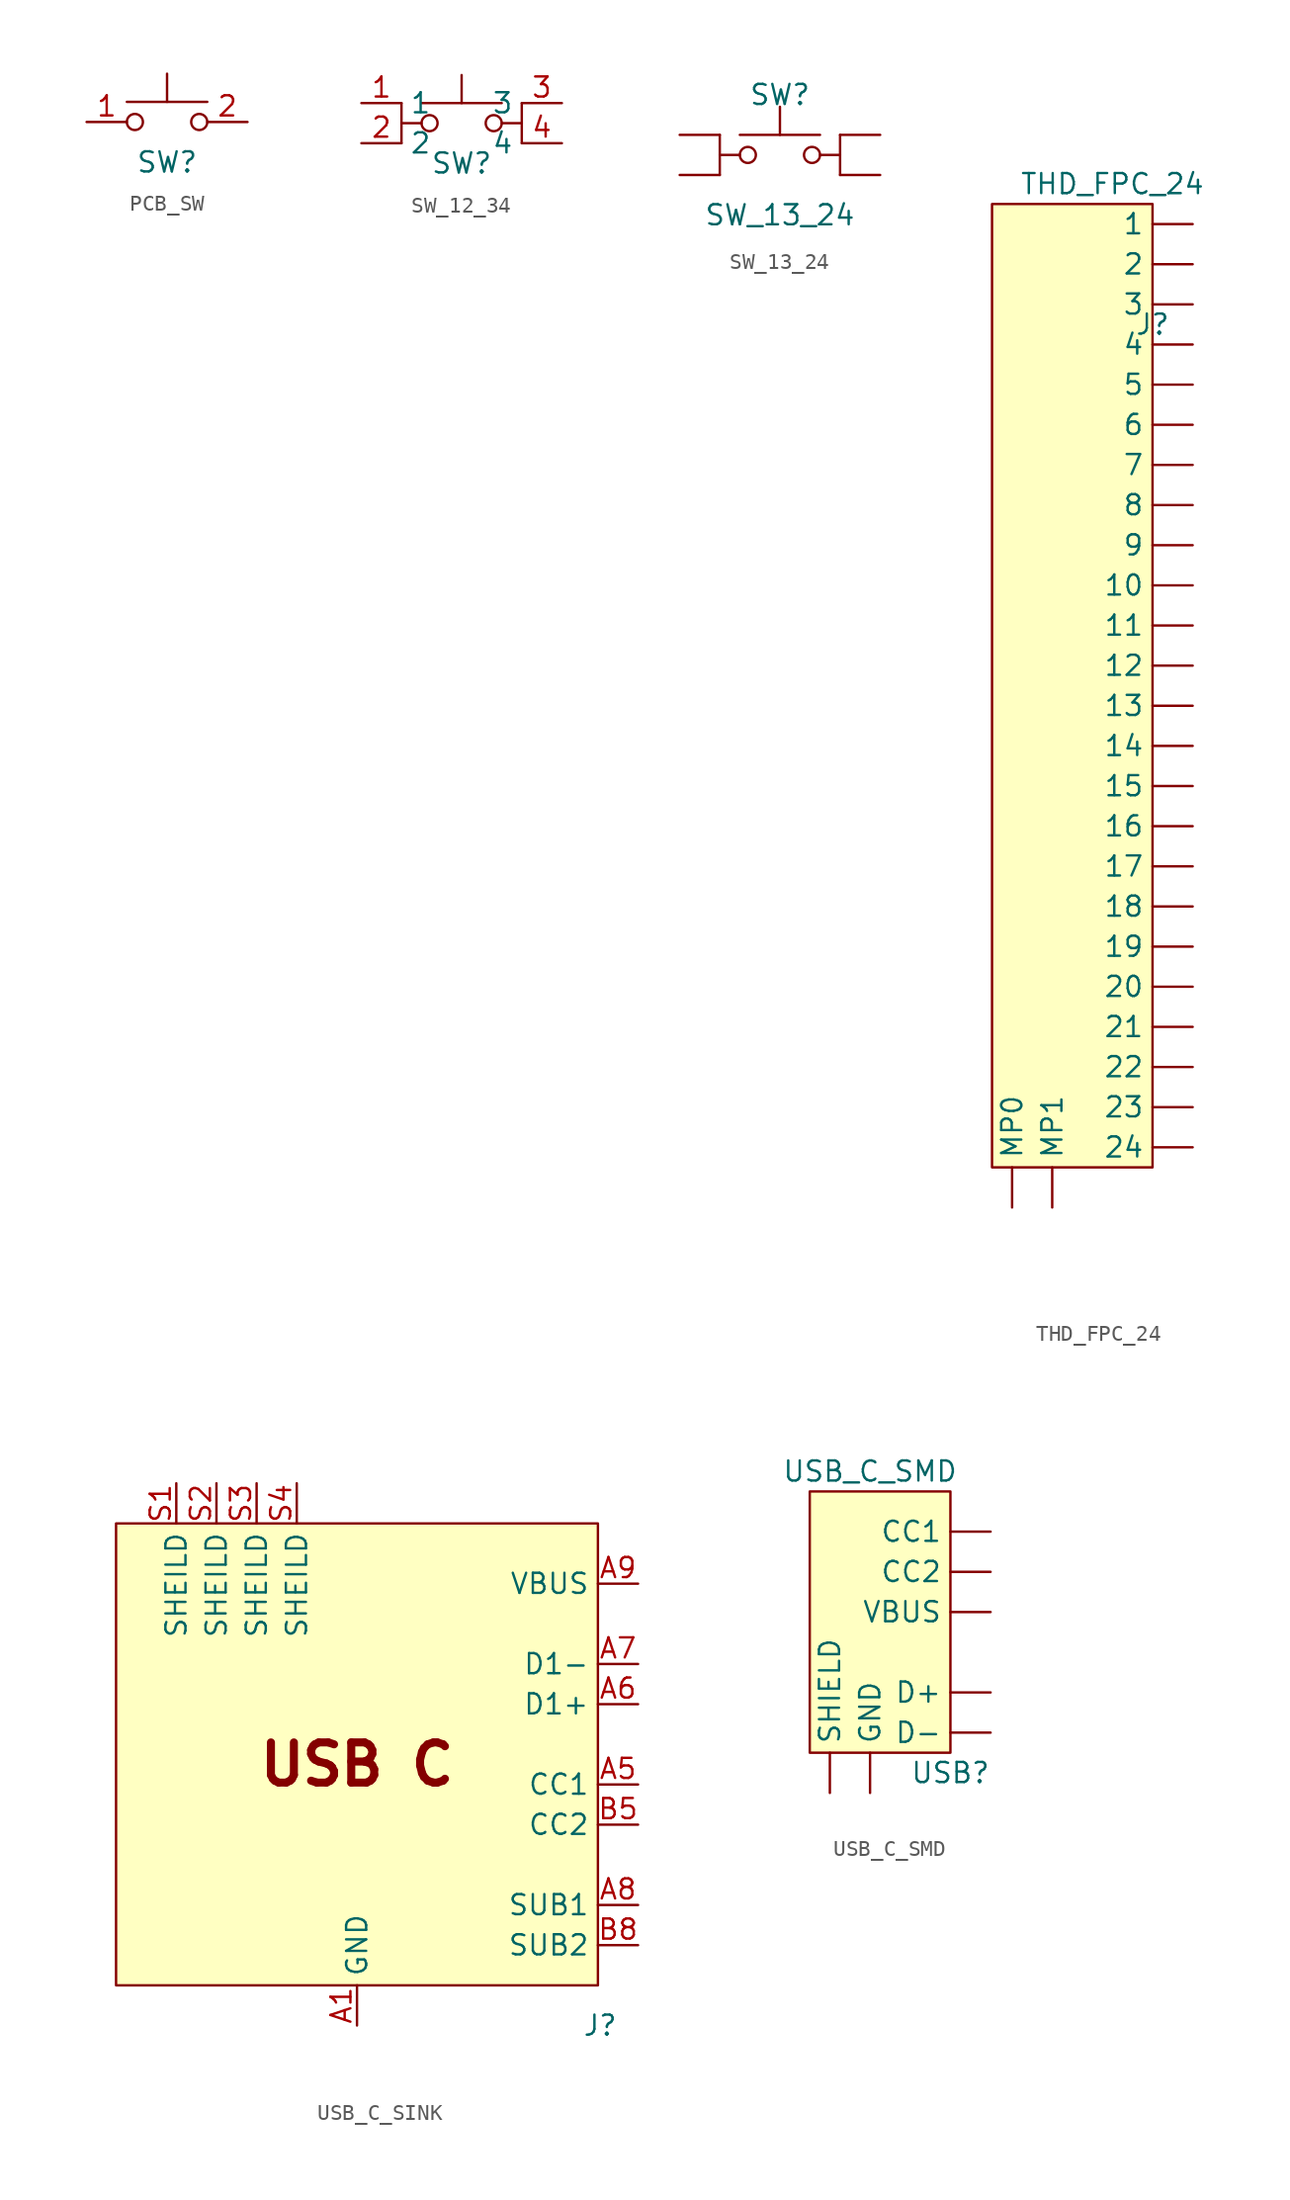
<source format=kicad_sym>
(kicad_symbol_lib
  (version 20220914)
  (generator kicad_symbol_editor)
  (symbol "PCB_SW"
    (pin_names hide)
    (property "Reference" "SW"
      (at 0 -2.54 0)
      (effects (font (size 1.27 1.27))))
    (property "Value" ""
      (at 0 0 0)
      (effects (font (size 1.27 1.27))))
    (symbol "PCB_SW_0_1"
      (circle (center -2.032 0) (radius 0.508) (stroke (width 0) (type default)) (fill (type none)))
      (polyline (pts (xy 0 1.27) (xy 0 3.048)) (stroke (width 0) (type default)) (fill (type none)))
      (polyline (pts (xy 2.54 1.27) (xy -2.54 1.27)) (stroke (width 0) (type default)) (fill (type none)))
      (circle (center 2.032 0) (radius 0.508) (stroke (width 0) (type default)) (fill (type none)))
      (pin passive line (at -5.08 0 0) (length 2.54) (name "1" (effects (font (size 1.27 1.27)))) (number "1" (effects (font (size 1.27 1.27)))))
      (pin passive line (at 5.08 0 180) (length 2.54) (name "2" (effects (font (size 1.27 1.27)))) (number "2" (effects (font (size 1.27 1.27)))))))
  (symbol "SW_12_34"
    (property "Reference" "SW"
      (at 0 -2.54 0)
      (effects (font (size 1.27 1.27))))
    (property "Value" ""
      (at 0 0 0)
      (effects (font (size 1.27 1.27))))
    (symbol "SW_12_34_0_1"
      (circle (center -2.032 0) (radius 0.508) (stroke (width 0) (type default)) (fill (type none)))
      (polyline (pts (xy -3.81 0) (xy -2.54 0)) (stroke (width 0) (type default)) (fill (type none)))
      (polyline (pts (xy -3.81 1.27) (xy -3.81 -1.27)) (stroke (width 0) (type default)) (fill (type none)))
      (polyline (pts (xy 0 1.27) (xy 0 3.048)) (stroke (width 0) (type default)) (fill (type none)))
      (polyline (pts (xy 2.54 1.27) (xy -2.54 1.27)) (stroke (width 0) (type default)) (fill (type none)))
      (polyline (pts (xy 3.81 0) (xy 2.54 0)) (stroke (width 0) (type default)) (fill (type none)))
      (polyline (pts (xy 3.81 1.27) (xy 3.81 -1.27)) (stroke (width 0) (type default)) (fill (type none)))
      (circle (center 2.032 0) (radius 0.508) (stroke (width 0) (type default)) (fill (type none)))
      (pin passive line (at -6.35 1.27 0) (length 2.54) (name "1" (effects (font (size 1.27 1.27)))) (number "1" (effects (font (size 1.27 1.27)))))
      (pin passive line (at 6.35 -1.27 180) (length 2.54) (name "4" (effects (font (size 1.27 1.27)))) (number "4" (effects (font (size 1.27 1.27))))))
    (symbol "SW_12_34_1_1"
      (pin passive line (at -6.35 -1.27 0) (length 2.54) (name "2" (effects (font (size 1.27 1.27)))) (number "2" (effects (font (size 1.27 1.27)))))
      (pin passive line (at 6.35 1.27 180) (length 2.54) (name "3" (effects (font (size 1.27 1.27)))) (number "3" (effects (font (size 1.27 1.27)))))))
  (symbol "SW_13_24"
    (pin_numbers hide)
    (pin_names hide)
    (property "Reference" "SW"
      (at 0 3.81 0)
      (effects (font (size 1.27 1.27))))
    (property "Value" "SW_13_24"
      (at 0 -3.81 0)
      (effects (font (size 1.27 1.27))))
    (symbol "SW_13_24_0_1"
      (circle (center -2.032 0) (radius 0.508) (stroke (width 0) (type default)) (fill (type none)))
      (polyline (pts (xy -3.81 0) (xy -2.54 0)) (stroke (width 0) (type default)) (fill (type none)))
      (polyline (pts (xy -3.81 1.27) (xy -3.81 -1.27)) (stroke (width 0) (type default)) (fill (type none)))
      (polyline (pts (xy 0 1.27) (xy 0 3.048)) (stroke (width 0) (type default)) (fill (type none)))
      (polyline (pts (xy 2.54 1.27) (xy -2.54 1.27)) (stroke (width 0) (type default)) (fill (type none)))
      (polyline (pts (xy 3.81 0) (xy 2.54 0)) (stroke (width 0) (type default)) (fill (type none)))
      (polyline (pts (xy 3.81 1.27) (xy 3.81 -1.27)) (stroke (width 0) (type default)) (fill (type none)))
      (circle (center 2.032 0) (radius 0.508) (stroke (width 0) (type default)) (fill (type none)))
      (pin passive line (at -6.35 1.27 0) (length 2.54) (name "1" (effects (font (size 1.27 1.27)))) (number "1" (effects (font (size 1.27 1.27)))))
      (pin passive line (at -6.35 -1.27 0) (length 2.54) (name "3" (effects (font (size 1.27 1.27)))) (number "3" (effects (font (size 1.27 1.27)))))
      (pin passive line (at 6.35 -1.27 180) (length 2.54) (name "4" (effects (font (size 1.27 1.27)))) (number "4" (effects (font (size 1.27 1.27))))))
    (symbol "SW_13_24_1_1"
      (pin passive line (at 6.35 1.27 180) (length 2.54) (name "2" (effects (font (size 1.27 1.27)))) (number "2" (effects (font (size 1.27 1.27)))))))
  (symbol "THD_FPC_24"
    (pin_numbers hide)
    (property "Reference" "J"
      (at 3.81 0 0)
      (effects (font (size 1.27 1.27))))
    (property "Value" "THD_FPC_24"
      (at 1.27 8.89 0)
      (effects (font (size 1.27 1.27))))
    (symbol "THD_FPC_24_0_1"
      (rectangle (start -6.35 7.62) (end 3.81 -53.34) (stroke (width 0) (type default)) (fill (type background))))
    (symbol "THD_FPC_24_1_1"
      (pin input line (at 6.35 6.35 180) (length 2.54) (name "1" (effects (font (size 1.27 1.27)))) (number "1" (effects (font (size 1.27 1.27)))))
      (pin input line (at 6.35 -16.51 180) (length 2.54) (name "10" (effects (font (size 1.27 1.27)))) (number "10" (effects (font (size 1.27 1.27)))))
      (pin input line (at 6.35 -19.05 180) (length 2.54) (name "11" (effects (font (size 1.27 1.27)))) (number "11" (effects (font (size 1.27 1.27)))))
      (pin input line (at 6.35 -21.59 180) (length 2.54) (name "12" (effects (font (size 1.27 1.27)))) (number "12" (effects (font (size 1.27 1.27)))))
      (pin input line (at 6.35 -24.13 180) (length 2.54) (name "13" (effects (font (size 1.27 1.27)))) (number "13" (effects (font (size 1.27 1.27)))))
      (pin input line (at 6.35 -26.67 180) (length 2.54) (name "14" (effects (font (size 1.27 1.27)))) (number "14" (effects (font (size 1.27 1.27)))))
      (pin input line (at 6.35 -29.21 180) (length 2.54) (name "15" (effects (font (size 1.27 1.27)))) (number "15" (effects (font (size 1.27 1.27)))))
      (pin input line (at 6.35 -31.75 180) (length 2.54) (name "16" (effects (font (size 1.27 1.27)))) (number "16" (effects (font (size 1.27 1.27)))))
      (pin input line (at 6.35 -34.29 180) (length 2.54) (name "17" (effects (font (size 1.27 1.27)))) (number "17" (effects (font (size 1.27 1.27)))))
      (pin input line (at 6.35 -36.83 180) (length 2.54) (name "18" (effects (font (size 1.27 1.27)))) (number "18" (effects (font (size 1.27 1.27)))))
      (pin input line (at 6.35 -39.37 180) (length 2.54) (name "19" (effects (font (size 1.27 1.27)))) (number "19" (effects (font (size 1.27 1.27)))))
      (pin input line (at 6.35 3.81 180) (length 2.54) (name "2" (effects (font (size 1.27 1.27)))) (number "2" (effects (font (size 1.27 1.27)))))
      (pin input line (at 6.35 -41.91 180) (length 2.54) (name "20" (effects (font (size 1.27 1.27)))) (number "20" (effects (font (size 1.27 1.27)))))
      (pin input line (at 6.35 -44.45 180) (length 2.54) (name "21" (effects (font (size 1.27 1.27)))) (number "21" (effects (font (size 1.27 1.27)))))
      (pin input line (at 6.35 -46.99 180) (length 2.54) (name "22" (effects (font (size 1.27 1.27)))) (number "22" (effects (font (size 1.27 1.27)))))
      (pin input line (at 6.35 -49.53 180) (length 2.54) (name "23" (effects (font (size 1.27 1.27)))) (number "23" (effects (font (size 1.27 1.27)))))
      (pin input line (at 6.35 -52.07 180) (length 2.54) (name "24" (effects (font (size 1.27 1.27)))) (number "24" (effects (font (size 1.27 1.27)))))
      (pin input line (at 6.35 1.27 180) (length 2.54) (name "3" (effects (font (size 1.27 1.27)))) (number "3" (effects (font (size 1.27 1.27)))))
      (pin input line (at 6.35 -1.27 180) (length 2.54) (name "4" (effects (font (size 1.27 1.27)))) (number "4" (effects (font (size 1.27 1.27)))))
      (pin input line (at 6.35 -3.81 180) (length 2.54) (name "5" (effects (font (size 1.27 1.27)))) (number "5" (effects (font (size 1.27 1.27)))))
      (pin input line (at 6.35 -6.35 180) (length 2.54) (name "6" (effects (font (size 1.27 1.27)))) (number "6" (effects (font (size 1.27 1.27)))))
      (pin input line (at 6.35 -8.89 180) (length 2.54) (name "7" (effects (font (size 1.27 1.27)))) (number "7" (effects (font (size 1.27 1.27)))))
      (pin input line (at 6.35 -11.43 180) (length 2.54) (name "8" (effects (font (size 1.27 1.27)))) (number "8" (effects (font (size 1.27 1.27)))))
      (pin input line (at 6.35 -13.97 180) (length 2.54) (name "9" (effects (font (size 1.27 1.27)))) (number "9" (effects (font (size 1.27 1.27)))))
      (pin passive line (at -5.08 -55.88 90) (length 2.54) (name "MP0" (effects (font (size 1.27 1.27)))) (number "MP0" (effects (font (size 1.27 1.27)))))
      (pin passive line (at -2.54 -55.88 90) (length 2.54) (name "MP1" (effects (font (size 1.27 1.27)))) (number "MP1" (effects (font (size 1.27 1.27)))))))
  (symbol "USB_C_SINK"
    (property "Reference" "J"
      (at 16.51 -17.78 0)
      (effects (font (size 1.27 1.27)) (justify right)))
    (property "Value" ""
      (at 8.89 -7.62 0)
      (effects (font (size 1.27 1.27))))
    (symbol "USB_C_SINK_1_1"
      (rectangle (start -15.24 13.97) (end 15.24 -15.24) (stroke (width 0) (type default)) (fill (type background)))
      (text "USB C" (at 0 -1.27 0) (effects (font (size 2.54 2.54) bold)))
      (pin passive line (at 0 -17.78 90) (length 2.54) (name "GND" (effects (font (size 1.27 1.27)))) (number "A1" (effects (font (size 1.27 1.27)))))
      (pin passive line (at 0 -17.78 90) (length 2.54) hide (name "GND" (effects (font (size 1.27 1.27)))) (number "A12" (effects (font (size 1.27 1.27)))))
      (pin passive line (at 17.78 10.16 180) (length 2.54) hide (name "VBUS" (effects (font (size 1.27 1.27)))) (number "A4" (effects (font (size 1.27 1.27)))))
      (pin bidirectional line (at 17.78 -2.54 180) (length 2.54) (name "CC1" (effects (font (size 1.27 1.27)))) (number "A5" (effects (font (size 1.27 1.27)))))
      (pin bidirectional line (at 17.78 2.54 180) (length 2.54) (name "D1+" (effects (font (size 1.27 1.27)))) (number "A6" (effects (font (size 1.27 1.27)))))
      (pin bidirectional line (at 17.78 5.08 180) (length 2.54) (name "D1-" (effects (font (size 1.27 1.27)))) (number "A7" (effects (font (size 1.27 1.27)))))
      (pin bidirectional line (at 17.78 -10.16 180) (length 2.54) (name "SUB1" (effects (font (size 1.27 1.27)))) (number "A8" (effects (font (size 1.27 1.27)))))
      (pin bidirectional line (at 17.78 10.16 180) (length 2.54) (name "VBUS" (effects (font (size 1.27 1.27)))) (number "A9" (effects (font (size 1.27 1.27)))))
      (pin passive line (at 0 -17.78 90) (length 2.54) hide (name "GND" (effects (font (size 1.27 1.27)))) (number "B1" (effects (font (size 1.27 1.27)))))
      (pin passive line (at 0 -17.78 90) (length 2.54) hide (name "GND" (effects (font (size 1.27 1.27)))) (number "B12" (effects (font (size 1.27 1.27)))))
      (pin bidirectional line (at 17.78 10.16 180) (length 2.54) hide (name "VBUS" (effects (font (size 1.27 1.27)))) (number "B4" (effects (font (size 1.27 1.27)))))
      (pin bidirectional line (at 17.78 -5.08 180) (length 2.54) (name "CC2" (effects (font (size 1.27 1.27)))) (number "B5" (effects (font (size 1.27 1.27)))))
      (pin bidirectional line (at 17.78 2.54 180) (length 2.54) hide (name "D2+" (effects (font (size 1.27 1.27)))) (number "B6" (effects (font (size 1.27 1.27)))))
      (pin bidirectional line (at 17.78 5.08 180) (length 2.54) hide (name "D2-" (effects (font (size 1.27 1.27)))) (number "B7" (effects (font (size 1.27 1.27)))))
      (pin bidirectional line (at 17.78 -12.7 180) (length 2.54) (name "SUB2" (effects (font (size 1.27 1.27)))) (number "B8" (effects (font (size 1.27 1.27)))))
      (pin passive line (at 17.78 10.16 180) (length 2.54) hide (name "VBUS" (effects (font (size 1.27 1.27)))) (number "B9" (effects (font (size 1.27 1.27)))))
      (pin passive line (at -11.43 16.51 270) (length 2.54) (name "SHEILD" (effects (font (size 1.27 1.27)))) (number "S1" (effects (font (size 1.27 1.27)))))
      (pin passive line (at -8.89 16.51 270) (length 2.54) (name "SHEILD" (effects (font (size 1.27 1.27)))) (number "S2" (effects (font (size 1.27 1.27)))))
      (pin passive line (at -6.35 16.51 270) (length 2.54) (name "SHEILD" (effects (font (size 1.27 1.27)))) (number "S3" (effects (font (size 1.27 1.27)))))
      (pin passive line (at -3.81 16.51 270) (length 2.54) (name "SHEILD" (effects (font (size 1.27 1.27)))) (number "S4" (effects (font (size 1.27 1.27)))))))
  (symbol "USB_C_SMD"
    (pin_numbers hide)
    (property "Reference" "USB"
      (at 5.08 -11.43 0)
      (effects (font (size 1.27 1.27))))
    (property "Value" "USB_C_SMD"
      (at 0 7.62 0)
      (effects (font (size 1.27 1.27))))
    (symbol "USB_C_SMD_0_1"
      (rectangle (start -3.81 6.35) (end 5.08 -10.16) (stroke (width 0) (type default)) (fill (type background))))
    (symbol "USB_C_SMD_1_1"
      (pin bidirectional line (at 7.62 -6.35 180) (length 2.54) (name "D+" (effects (font (size 1.27 1.27)))) (number "5" (effects (font (size 1.27 1.27)))))
      (pin bidirectional line (at 7.62 -8.89 180) (length 2.54) (name "D-" (effects (font (size 1.27 1.27)))) (number "6" (effects (font (size 1.27 1.27)))))
      (pin bidirectional line (at 7.62 3.81 180) (length 2.54) (name "CC1" (effects (font (size 1.27 1.27)))) (number "A5" (effects (font (size 1.27 1.27)))))
      (pin bidirectional line (at 7.62 1.27 180) (length 2.54) (name "CC2" (effects (font (size 1.27 1.27)))) (number "B5" (effects (font (size 1.27 1.27)))))
      (pin passive line (at -2.54 -12.7 90) (length 2.54) (name "SHIELD" (effects (font (size 1.27 1.27)))) (number "SHIELD" (effects (font (size 1.27 1.27)))))
      (pin passive line (at 0 -12.7 90) (length 2.54) (name "GND" (effects (font (size 1.27 1.27)))) (number "X12" (effects (font (size 1.27 1.27)))))
      (pin passive line (at 7.62 -1.27 180) (length 2.54) (name "VBUS" (effects (font (size 1.27 1.27)))) (number "X9" (effects (font (size 1.27 1.27))))))))
</source>
